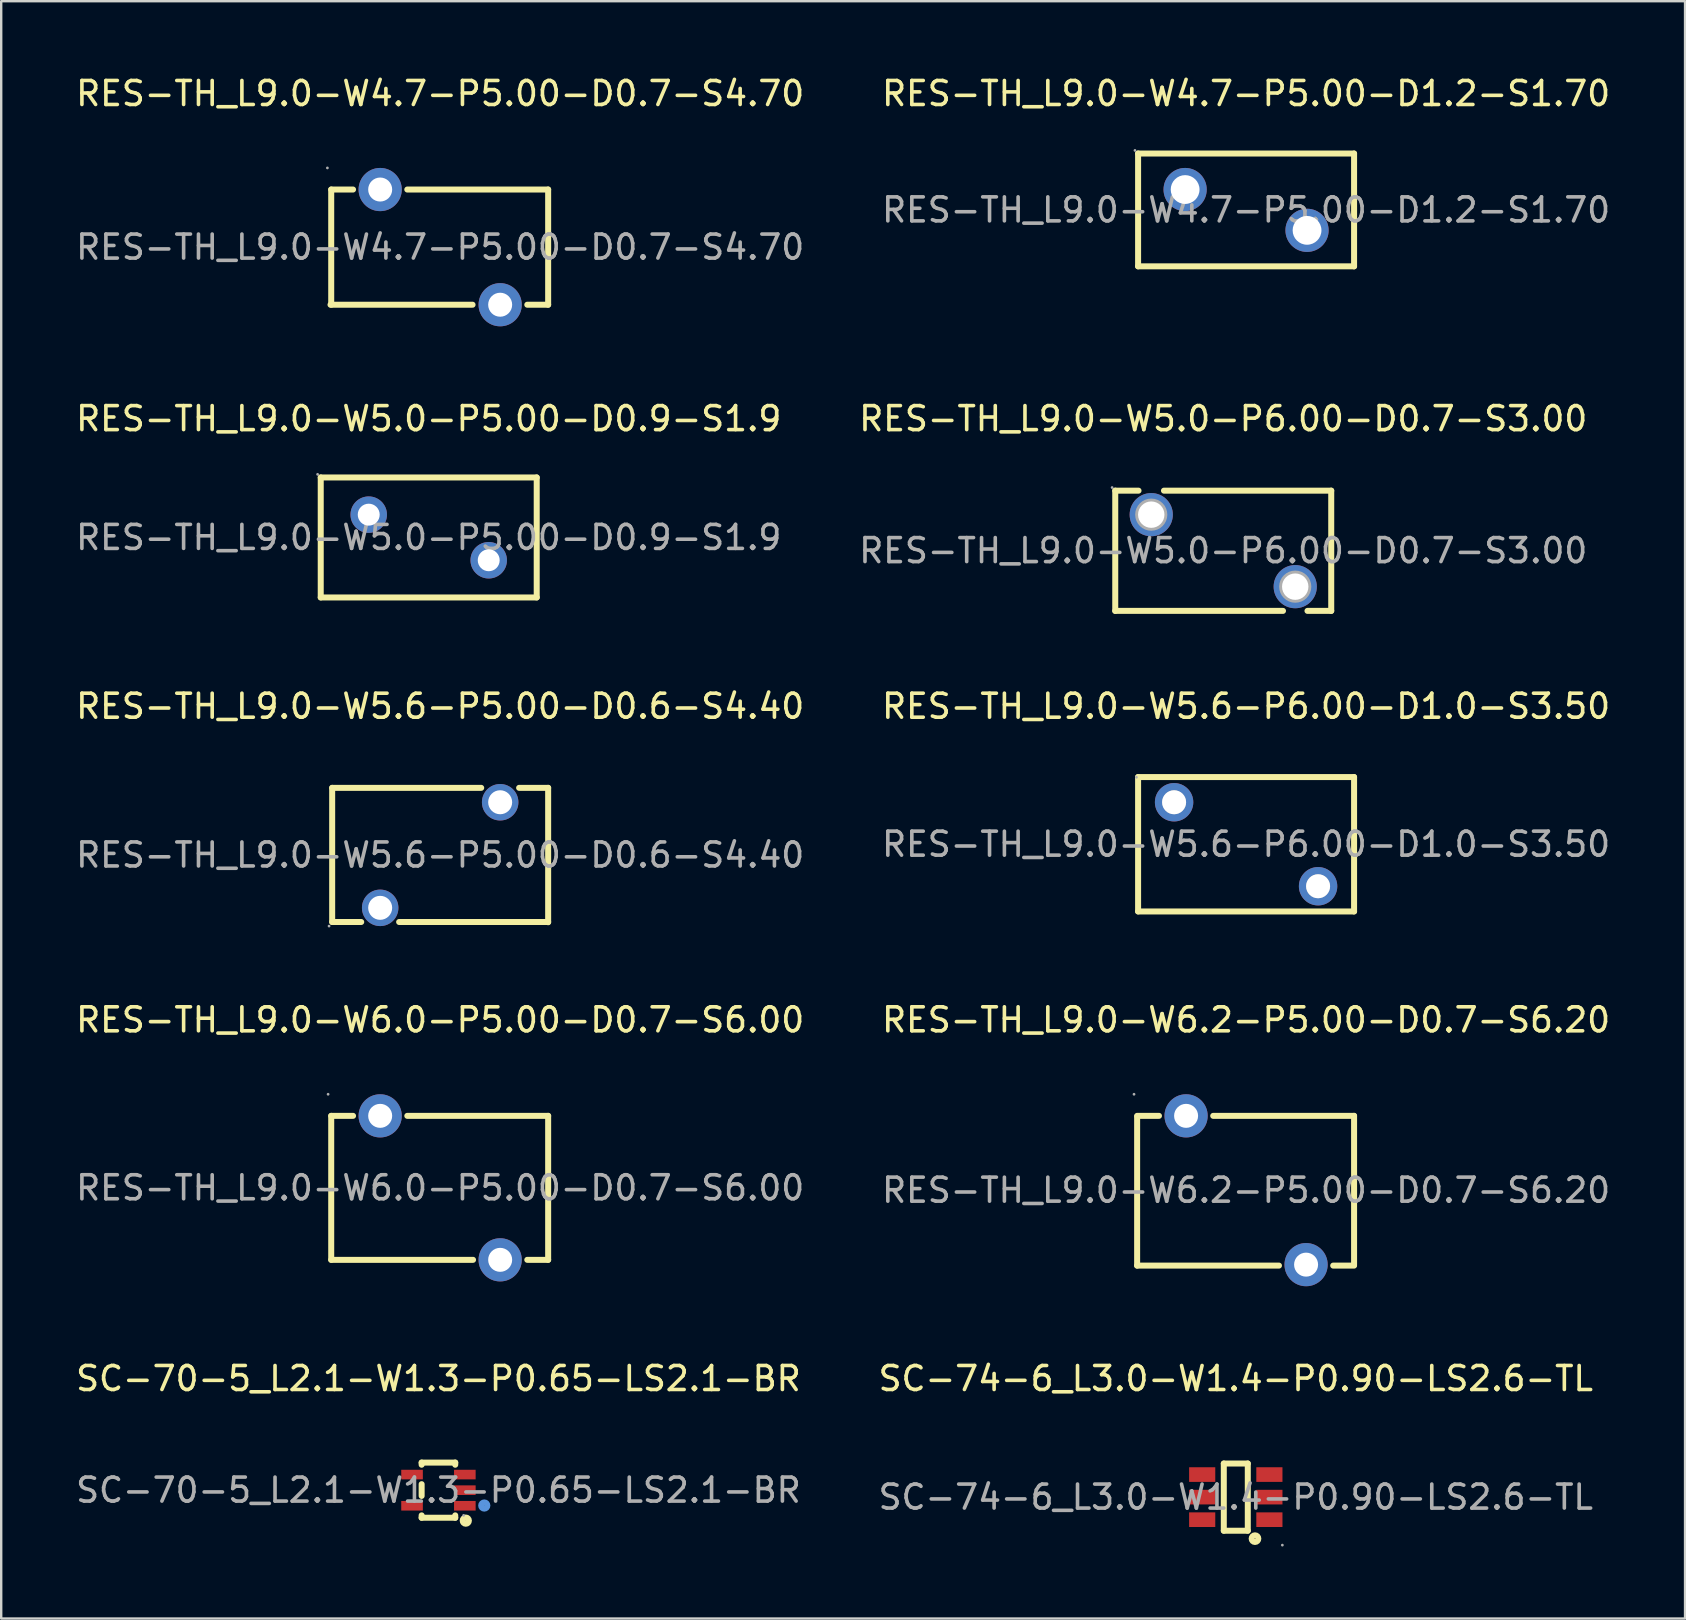
<source format=kicad_pcb>
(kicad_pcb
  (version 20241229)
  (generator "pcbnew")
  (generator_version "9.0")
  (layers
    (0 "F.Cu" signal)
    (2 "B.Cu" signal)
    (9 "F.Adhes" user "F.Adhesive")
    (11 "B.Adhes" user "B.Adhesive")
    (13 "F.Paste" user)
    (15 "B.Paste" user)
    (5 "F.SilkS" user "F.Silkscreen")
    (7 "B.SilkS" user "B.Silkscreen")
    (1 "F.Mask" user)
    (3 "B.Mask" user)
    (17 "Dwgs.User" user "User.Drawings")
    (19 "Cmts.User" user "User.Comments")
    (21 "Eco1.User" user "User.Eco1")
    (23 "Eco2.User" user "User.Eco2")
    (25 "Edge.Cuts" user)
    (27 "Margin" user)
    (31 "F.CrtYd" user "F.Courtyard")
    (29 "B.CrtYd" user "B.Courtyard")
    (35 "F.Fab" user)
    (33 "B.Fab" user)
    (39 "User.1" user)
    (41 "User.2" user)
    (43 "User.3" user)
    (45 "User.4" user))
  (footprint "RES-TH_L9.0-W4.7-P5.00-D0.7-S4.70"
    (layer "F.Cu")
    (at 15.292 7.248)
    (property "Reference" "RES-TH_L9.0-W4.7-P5.00-D0.7-S4.70" (at 0 -6.4 0) (layer "F.SilkS") (effects (font (size 1 1) (thickness 0.15))))
    (attr through_hole)
    (fp_line (start -4.57 2.4) (end 1.35 2.4) (stroke (width 0.25) (type solid)) (layer "F.SilkS"))
    (fp_line (start -4.54 -2.4) (end -4.54 2.4) (stroke (width 0.25) (type solid)) (layer "F.SilkS"))
    (fp_line (start -4.54 -2.4) (end -3.63 -2.4) (stroke (width 0.25) (type solid)) (layer "F.SilkS"))
    (fp_line (start -1.37 -2.4) (end 4.5 -2.4) (stroke (width 0.25) (type solid)) (layer "F.SilkS"))
    (fp_line (start 3.63 2.4) (end 4.5 2.4) (stroke (width 0.25) (type solid)) (layer "F.SilkS"))
    (fp_line (start 4.5 -2.4) (end 4.5 2.4) (stroke (width 0.25) (type solid)) (layer "F.SilkS"))
    (fp_circle (center -4.7 -3.3) (end -4.67 -3.3) (stroke (width 0.06) (type solid)) (fill no) (layer "F.Fab"))
    (fp_circle (center -2.5 -2.4) (end -2.3 -2.4) (stroke (width 0.4) (type solid)) (fill no) (layer "F.Fab"))
    (fp_circle (center 2.5 2.4) (end 2.7 2.4) (stroke (width 0.4) (type solid)) (fill no) (layer "F.Fab"))
    (fp_text user "${REFERENCE}" (at 0 0 0) (layer "F.Fab") (effects (font (size 1 1) (thickness 0.15))))
    (pad "1" thru_hole circle (at -2.5 -2.4) (size 1.8 1.8) (drill 1) (layers "*.Cu" "*.Paste" "*.Mask"))
    (pad "2" thru_hole circle (at 2.5 2.4) (size 1.8 1.8) (drill 1) (layers "*.Cu" "*.Paste" "*.Mask")))
  (footprint "RES-TH_L9.0-W5.6-P5.00-D0.6-S4.40"
    (layer "F.Cu")
    (at 15.292 32.58)
    (property "Reference" "RES-TH_L9.0-W5.6-P5.00-D0.6-S4.40" (at 0 -6.2 0) (layer "F.SilkS") (effects (font (size 1 1) (thickness 0.15))))
    (attr through_hole)
    (fp_line (start -4.5 -2.8) (end 1.71 -2.8) (stroke (width 0.25) (type solid)) (layer "F.SilkS"))
    (fp_line (start -4.5 2.79) (end -4.5 -2.8) (stroke (width 0.25) (type solid)) (layer "F.SilkS"))
    (fp_line (start -4.5 2.79) (end -3.29 2.79) (stroke (width 0.25) (type solid)) (layer "F.SilkS"))
    (fp_line (start -1.71 2.79) (end 4.5 2.79) (stroke (width 0.25) (type solid)) (layer "F.SilkS"))
    (fp_line (start 3.29 -2.8) (end 4.5 -2.8) (stroke (width 0.25) (type solid)) (layer "F.SilkS"))
    (fp_line (start 4.5 -2.8) (end 4.5 2.8) (stroke (width 0.25) (type solid)) (layer "F.SilkS"))
    (fp_circle (center -4.63 2.96) (end -4.6 2.96) (stroke (width 0.06) (type solid)) (fill no) (layer "F.Fab"))
    (fp_circle (center -2.5 2.2) (end -2.3 2.2) (stroke (width 0.4) (type solid)) (fill no) (layer "F.Fab"))
    (fp_circle (center 2.5 -2.2) (end 2.7 -2.2) (stroke (width 0.4) (type solid)) (fill no) (layer "F.Fab"))
    (fp_text user "${REFERENCE}" (at 0 0 0) (layer "F.Fab") (effects (font (size 1 1) (thickness 0.15))))
    (pad "1" thru_hole circle (at -2.5 2.2) (size 1.52 1.52) (drill 1) (layers "*.Cu" "*.Paste" "*.Mask"))
    (pad "2" thru_hole circle (at 2.5 -2.2) (size 1.52 1.52) (drill 1) (layers "*.Cu" "*.Paste" "*.Mask")))
  (footprint "RES-TH_L9.0-W6.0-P5.00-D0.7-S6.00"
    (layer "F.Cu")
    (at 15.292 46.448)
    (property "Reference" "RES-TH_L9.0-W6.0-P5.00-D0.7-S6.00" (at 0 -7 0) (layer "F.SilkS") (effects (font (size 1 1) (thickness 0.15))))
    (attr through_hole)
    (fp_line (start -4.54 -3) (end -4.54 3) (stroke (width 0.25) (type solid)) (layer "F.SilkS"))
    (fp_line (start -4.54 -3) (end -3.63 -3) (stroke (width 0.25) (type solid)) (layer "F.SilkS"))
    (fp_line (start -4.54 3) (end 1.37 3) (stroke (width 0.25) (type solid)) (layer "F.SilkS"))
    (fp_line (start -1.37 -3) (end 4.5 -3) (stroke (width 0.25) (type solid)) (layer "F.SilkS"))
    (fp_line (start 3.63 3) (end 4.5 3) (stroke (width 0.25) (type solid)) (layer "F.SilkS"))
    (fp_line (start 4.5 -3) (end 4.5 3) (stroke (width 0.25) (type solid)) (layer "F.SilkS"))
    (fp_circle (center -4.67 -3.9) (end -4.64 -3.9) (stroke (width 0.06) (type solid)) (fill no) (layer "F.Fab"))
    (fp_circle (center -2.5 -3) (end -2.3 -3) (stroke (width 0.4) (type solid)) (fill no) (layer "F.Fab"))
    (fp_circle (center 2.5 3) (end 2.7 3) (stroke (width 0.4) (type solid)) (fill no) (layer "F.Fab"))
    (fp_text user "${REFERENCE}" (at 0 0 0) (layer "F.Fab") (effects (font (size 1 1) (thickness 0.15))))
    (pad "1" thru_hole circle (at -2.5 -3) (size 1.8 1.8) (drill 1) (layers "*.Cu" "*.Paste" "*.Mask"))
    (pad "2" thru_hole circle (at 2.5 3) (size 1.8 1.8) (drill 1) (layers "*.Cu" "*.Paste" "*.Mask")))
  (footprint "RES-TH_L9.0-W5.0-P5.00-D0.9-S1.9"
    (layer "F.Cu")
    (at 14.815 19.346)
    (property "Reference" "RES-TH_L9.0-W5.0-P5.00-D0.9-S1.9" (at 0 -4.95 0) (layer "F.SilkS") (effects (font (size 1 1) (thickness 0.15))))
    (attr through_hole)
    (fp_line (start -4.5 -2.5) (end 4.5 -2.5) (stroke (width 0.25) (type solid)) (layer "F.SilkS"))
    (fp_line (start -4.5 2.5) (end -4.5 -2.5) (stroke (width 0.25) (type solid)) (layer "F.SilkS"))
    (fp_line (start 4.5 -2.5) (end 4.5 2.5) (stroke (width 0.25) (type solid)) (layer "F.SilkS"))
    (fp_line (start 4.5 2.5) (end -4.5 2.5) (stroke (width 0.25) (type solid)) (layer "F.SilkS"))
    (fp_circle (center -4.63 -2.63) (end -4.6 -2.63) (stroke (width 0.06) (type solid)) (fill no) (layer "F.Fab"))
    (fp_circle (center -2.5 -0.95) (end -2.32 -0.95) (stroke (width 0.36) (type solid)) (fill no) (layer "F.Fab"))
    (fp_circle (center 2.5 0.95) (end 2.68 0.95) (stroke (width 0.36) (type solid)) (fill no) (layer "F.Fab"))
    (fp_text user "${REFERENCE}" (at 0 0 0) (layer "F.Fab") (effects (font (size 1 1) (thickness 0.15))))
    (pad "1" thru_hole circle (at -2.5 -0.95) (size 1.52 1.52) (drill 0.914) (layers "*.Cu" "*.Paste" "*.Mask"))
    (pad "2" thru_hole circle (at 2.5 0.95) (size 1.52 1.52) (drill 0.914) (layers "*.Cu" "*.Paste" "*.Mask")))
  (footprint "SC-70-5_L2.1-W1.3-P0.65-LS2.1-BR"
    (layer "F.Cu")
    (at 15.22 59.046)
    (property "Reference" "SC-70-5_L2.1-W1.3-P0.65-LS2.1-BR" (at 0 -4.65 0) (layer "F.SilkS") (effects (font (size 1 1) (thickness 0.15))))
    (attr through_hole)
    (fp_line (start -0.7 -1.15) (end 0.7 -1.15) (stroke (width 0.25) (type solid)) (layer "F.SilkS"))
    (fp_line (start -0.7 -1.06) (end -0.7 -1.15) (stroke (width 0.25) (type solid)) (layer "F.SilkS"))
    (fp_line (start -0.7 0.24) (end -0.7 -0.25) (stroke (width 0.25) (type solid)) (layer "F.SilkS"))
    (fp_line (start -0.7 1.15) (end -0.7 1.05) (stroke (width 0.25) (type solid)) (layer "F.SilkS"))
    (fp_line (start -0.7 1.15) (end 0.7 1.15) (stroke (width 0.25) (type solid)) (layer "F.SilkS"))
    (fp_line (start 0.7 -1.06) (end 0.7 -1.15) (stroke (width 0.25) (type solid)) (layer "F.SilkS"))
    (fp_line (start 0.7 1.15) (end 0.7 1.05) (stroke (width 0.25) (type solid)) (layer "F.SilkS"))
    (fp_circle (center 1.14 1.27) (end 1.27 1.27) (stroke (width 0.25) (type solid)) (fill no) (layer "F.SilkS"))
    (fp_circle (center 1.91 0.64) (end 2.04 0.64) (stroke (width 0.25) (type solid)) (fill no) (layer "Cmts.User"))
    (fp_circle (center 1.05 1.05) (end 1.08 1.05) (stroke (width 0.06) (type solid)) (fill no) (layer "F.Fab"))
    (fp_text user "${REFERENCE}" (at 0 0 0) (layer "F.Fab") (effects (font (size 1 1) (thickness 0.15))))
    (pad "1" smd rect (at 1.1 0.65 90) (size 0.4 0.9) (layers "F.Cu" "F.Mask" "F.Paste"))
    (pad "2" smd rect (at 1.1 0 90) (size 0.4 0.9) (layers "F.Cu" "F.Mask" "F.Paste"))
    (pad "3" smd rect (at 1.1 -0.65 90) (size 0.4 0.9) (layers "F.Cu" "F.Mask" "F.Paste"))
    (pad "4" smd rect (at -1.1 -0.65 90) (size 0.4 0.9) (layers "F.Cu" "F.Mask" "F.Paste"))
    (pad "5" smd rect (at -1.1 0.65 90) (size 0.4 0.9) (layers "F.Cu" "F.Mask" "F.Paste")))
  (footprint "RES-TH_L9.0-W6.2-P5.00-D0.7-S6.20"
    (layer "F.Cu")
    (at 48.875 46.548)
    (property "Reference" "RES-TH_L9.0-W6.2-P5.00-D0.7-S6.20" (at 0 -7.1 0) (layer "F.SilkS") (effects (font (size 1 1) (thickness 0.15))))
    (attr through_hole)
    (fp_line (start -4.54 -3.1) (end -3.63 -3.1) (stroke (width 0.25) (type solid)) (layer "F.SilkS"))
    (fp_line (start -4.54 3.14) (end -4.54 -3.06) (stroke (width 0.25) (type solid)) (layer "F.SilkS"))
    (fp_line (start -4.54 3.14) (end 1.37 3.14) (stroke (width 0.25) (type solid)) (layer "F.SilkS"))
    (fp_line (start -1.37 -3.1) (end 4.5 -3.1) (stroke (width 0.25) (type solid)) (layer "F.SilkS"))
    (fp_line (start 3.63 3.14) (end 4.5 3.14) (stroke (width 0.25) (type solid)) (layer "F.SilkS"))
    (fp_line (start 4.5 -3.1) (end 4.5 3.1) (stroke (width 0.25) (type solid)) (layer "F.SilkS"))
    (fp_circle (center -4.67 -4) (end -4.64 -4) (stroke (width 0.06) (type solid)) (fill no) (layer "F.Fab"))
    (fp_circle (center -2.5 -3.1) (end -2.3 -3.1) (stroke (width 0.4) (type solid)) (fill no) (layer "F.Fab"))
    (fp_circle (center 2.5 3.1) (end 2.7 3.1) (stroke (width 0.4) (type solid)) (fill no) (layer "F.Fab"))
    (fp_text user "${REFERENCE}" (at 0 0 0) (layer "F.Fab") (effects (font (size 1 1) (thickness 0.15))))
    (pad "1" thru_hole circle (at -2.5 -3.1) (size 1.8 1.8) (drill 1) (layers "*.Cu" "*.Paste" "*.Mask"))
    (pad "2" thru_hole circle (at 2.5 3.1) (size 1.8 1.8) (drill 1) (layers "*.Cu" "*.Paste" "*.Mask")))
  (footprint "SC-74-6_L3.0-W1.4-P0.90-LS2.6-TL"
    (layer "F.Cu")
    (at 48.446 59.336)
    (property "Reference" "SC-74-6_L3.0-W1.4-P0.90-LS2.6-TL" (at 0 -4.94 0) (layer "F.SilkS") (effects (font (size 1 1) (thickness 0.15))))
    (attr through_hole)
    (fp_line (start -0.5 -1.4) (end -0.5 1.4) (stroke (width 0.25) (type solid)) (layer "F.SilkS"))
    (fp_line (start -0.5 1.4) (end 0.5 1.4) (stroke (width 0.25) (type solid)) (layer "F.SilkS"))
    (fp_line (start 0.5 -1.4) (end -0.5 -1.4) (stroke (width 0.25) (type solid)) (layer "F.SilkS"))
    (fp_line (start 0.5 1.4) (end 0.5 -1.4) (stroke (width 0.25) (type solid)) (layer "F.SilkS"))
    (fp_circle (center 0.8 1.73) (end 0.94 1.73) (stroke (width 0.25) (type solid)) (fill no) (layer "F.SilkS"))
    (fp_circle (center 1.94 2) (end 1.97 2) (stroke (width 0.06) (type solid)) (fill no) (layer "F.Fab"))
    (fp_text user "${REFERENCE}" (at 0 0 0) (layer "F.Fab") (effects (font (size 1 1) (thickness 0.15))))
    (pad "1" smd rect (at 1.4 0.94 270) (size 0.61 1.09) (layers "F.Cu" "F.Mask" "F.Paste"))
    (pad "2" smd rect (at 1.4 0 270) (size 0.61 1.09) (layers "F.Cu" "F.Mask" "F.Paste"))
    (pad "3" smd rect (at 1.4 -0.94 270) (size 0.61 1.09) (layers "F.Cu" "F.Mask" "F.Paste"))
    (pad "4" smd rect (at -1.4 -0.94 270) (size 0.61 1.09) (layers "F.Cu" "F.Mask" "F.Paste"))
    (pad "5" smd rect (at -1.4 0 270) (size 0.61 1.09) (layers "F.Cu" "F.Mask" "F.Paste"))
    (pad "6" smd rect (at -1.4 0.94 270) (size 0.61 1.09) (layers "F.Cu" "F.Mask" "F.Paste")))
  (footprint "RES-TH_L9.0-W5.6-P6.00-D1.0-S3.50"
    (layer "F.Cu")
    (at 48.875 32.13)
    (property "Reference" "RES-TH_L9.0-W5.6-P6.00-D1.0-S3.50" (at 0 -5.75 0) (layer "F.SilkS") (effects (font (size 1 1) (thickness 0.15))))
    (attr through_hole)
    (fp_line (start -4.5 -2.8) (end 4.5 -2.8) (stroke (width 0.25) (type solid)) (layer "F.SilkS"))
    (fp_line (start -4.5 2.8) (end -4.5 -2.8) (stroke (width 0.25) (type solid)) (layer "F.SilkS"))
    (fp_line (start 4.5 -2.8) (end 4.5 2.8) (stroke (width 0.25) (type solid)) (layer "F.SilkS"))
    (fp_line (start 4.5 2.8) (end -4.5 2.8) (stroke (width 0.25) (type solid)) (layer "F.SilkS"))
    (fp_circle (center -4.57 -2.79) (end -4.54 -2.79) (stroke (width 0.06) (type solid)) (fill no) (layer "F.Fab"))
    (fp_circle (center -3 -1.75) (end -2.75 -1.75) (stroke (width 0.5) (type solid)) (fill no) (layer "F.Fab"))
    (fp_circle (center 3 1.75) (end 3.25 1.75) (stroke (width 0.5) (type solid)) (fill no) (layer "F.Fab"))
    (fp_text user "${REFERENCE}" (at 0 0 0) (layer "F.Fab") (effects (font (size 1 1) (thickness 0.15))))
    (pad "1" thru_hole circle (at -3 -1.75) (size 1.6 1.6) (drill 1) (layers "*.Cu" "*.Paste" "*.Mask"))
    (pad "2" thru_hole circle (at 3 1.75) (size 1.6 1.6) (drill 1) (layers "*.Cu" "*.Paste" "*.Mask")))
  (footprint "RES-TH_L9.0-W4.7-P5.00-D1.2-S1.70"
    (layer "F.Cu")
    (at 48.875 5.698)
    (property "Reference" "RES-TH_L9.0-W4.7-P5.00-D1.2-S1.70" (at 0 -4.85 0) (layer "F.SilkS") (effects (font (size 1 1) (thickness 0.15))))
    (attr through_hole)
    (fp_line (start -4.5 -2.35) (end 4.5 -2.35) (stroke (width 0.25) (type solid)) (layer "F.SilkS"))
    (fp_line (start -4.5 2.35) (end -4.5 -2.35) (stroke (width 0.25) (type solid)) (layer "F.SilkS"))
    (fp_line (start 4.5 -2.35) (end 4.5 2.35) (stroke (width 0.25) (type solid)) (layer "F.SilkS"))
    (fp_line (start 4.5 2.35) (end -4.5 2.35) (stroke (width 0.25) (type solid)) (layer "F.SilkS"))
    (fp_circle (center -4.63 -2.48) (end -4.6 -2.48) (stroke (width 0.06) (type solid)) (fill no) (layer "F.Fab"))
    (fp_circle (center -2.54 -0.85) (end -2.29 -0.85) (stroke (width 0.5) (type solid)) (fill no) (layer "F.Fab"))
    (fp_circle (center 2.54 0.85) (end 2.79 0.85) (stroke (width 0.5) (type solid)) (fill no) (layer "F.Fab"))
    (fp_text user "${REFERENCE}" (at 0 0 0) (layer "F.Fab") (effects (font (size 1 1) (thickness 0.15))))
    (pad "1" thru_hole circle (at -2.54 -0.85) (size 1.8 1.8) (drill 1.2) (layers "*.Cu" "*.Paste" "*.Mask"))
    (pad "2" thru_hole circle (at 2.54 0.85) (size 1.8 1.8) (drill 1.2) (layers "*.Cu" "*.Paste" "*.Mask")))
  (footprint "RES-TH_L9.0-W5.0-P6.00-D0.7-S3.00"
    (layer "F.Cu")
    (at 47.923 19.896)
    (property "Reference" "RES-TH_L9.0-W5.0-P6.00-D0.7-S3.00" (at 0 -5.5 0) (layer "F.SilkS") (effects (font (size 1 1) (thickness 0.15))))
    (attr through_hole)
    (fp_line (start -4.5 -2.5) (end -4.5 2.51) (stroke (width 0.25) (type solid)) (layer "F.SilkS"))
    (fp_line (start -4.5 -2.5) (end -3.53 -2.5) (stroke (width 0.25) (type solid)) (layer "F.SilkS"))
    (fp_line (start -4.5 2.51) (end 2.49 2.51) (stroke (width 0.25) (type solid)) (layer "F.SilkS"))
    (fp_line (start -2.47 -2.5) (end 4.5 -2.5) (stroke (width 0.25) (type solid)) (layer "F.SilkS"))
    (fp_line (start 3.51 2.51) (end 4.5 2.51) (stroke (width 0.25) (type solid)) (layer "F.SilkS"))
    (fp_line (start 4.5 2.51) (end 4.5 -2.5) (stroke (width 0.25) (type solid)) (layer "F.SilkS"))
    (fp_circle (center -4.63 -2.63) (end -4.6 -2.63) (stroke (width 0.06) (type solid)) (fill no) (layer "F.Fab"))
    (fp_circle (center -3 -1.5) (end -2.78 -1.5) (stroke (width 0.45) (type solid)) (fill no) (layer "F.Fab"))
    (fp_circle (center 3 1.5) (end 3.22 1.5) (stroke (width 0.45) (type solid)) (fill no) (layer "F.Fab"))
    (fp_text user "${REFERENCE}" (at 0 0 0) (layer "F.Fab") (effects (font (size 1 1) (thickness 0.15))))
    (pad "1" thru_hole circle (at -3 -1.5) (size 1.8 1.8) (drill 1.1) (layers "*.Cu" "*.Paste" "*.Mask"))
    (pad "2" thru_hole circle (at 3 1.5) (size 1.8 1.8) (drill 1.1) (layers "*.Cu" "*.Paste" "*.Mask")))
  (gr_rect
    (start -3 -3)
    (end 67.167 64.396)
    (stroke (width 0.1) (type default))
    (fill no)
    (layer "Edge.Cuts")))
</source>
